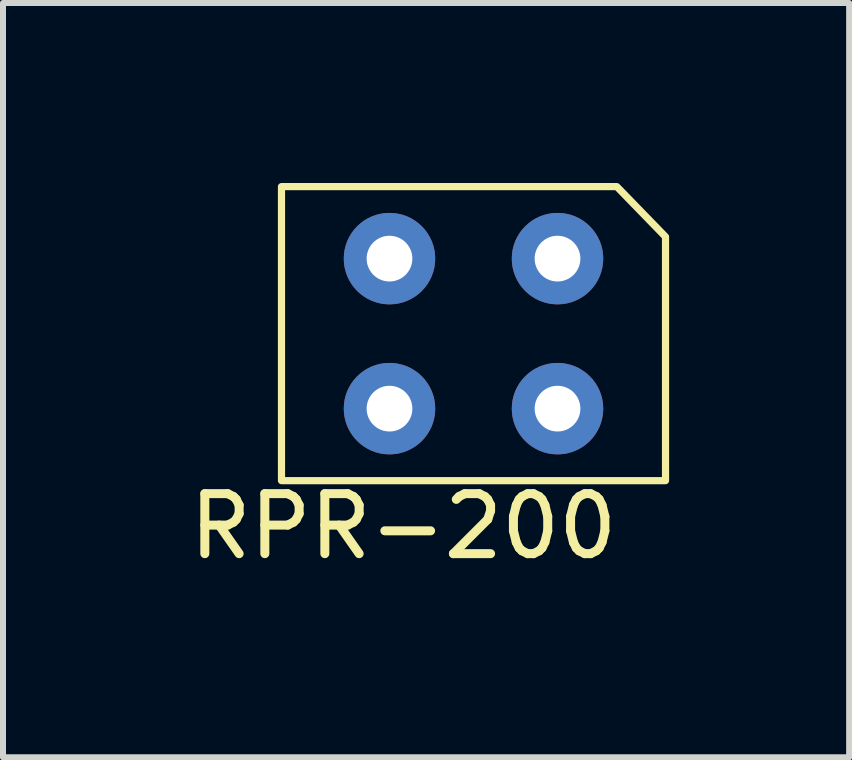
<source format=kicad_pcb>
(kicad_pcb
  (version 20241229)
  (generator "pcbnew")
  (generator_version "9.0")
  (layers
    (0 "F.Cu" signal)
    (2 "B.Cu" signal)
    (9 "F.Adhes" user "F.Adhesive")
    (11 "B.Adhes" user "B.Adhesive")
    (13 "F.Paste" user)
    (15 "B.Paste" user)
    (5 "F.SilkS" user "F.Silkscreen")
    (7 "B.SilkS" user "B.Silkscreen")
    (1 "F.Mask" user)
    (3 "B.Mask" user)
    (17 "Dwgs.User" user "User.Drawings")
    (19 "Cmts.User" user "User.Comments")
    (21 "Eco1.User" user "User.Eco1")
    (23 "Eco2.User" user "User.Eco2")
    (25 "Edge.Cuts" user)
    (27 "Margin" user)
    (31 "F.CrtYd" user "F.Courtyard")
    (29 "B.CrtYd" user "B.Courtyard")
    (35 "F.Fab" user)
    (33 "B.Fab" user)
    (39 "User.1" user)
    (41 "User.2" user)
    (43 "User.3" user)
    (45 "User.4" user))
  (footprint "RPR-200"
    (layer "F.Cu")
    (at 1.641 4.96)
    (property "Reference" "RPR-200" (at 2.032 0.762 0) (unlocked yes) (layer "F.SilkS") (effects (font (size 1 1) (thickness 0.15))))
    (attr through_hole)
    (fp_poly (pts (xy 0 0) (xy 0 -4.9) (xy 5.588 -4.9) (xy 6.4 -4.064) (xy 6.4 0)) (stroke (width 0.12) (type solid)) (fill no) (layer "F.SilkS"))
    (pad "1" thru_hole circle (at 1.8 -1.2) (size 1.524 1.524) (drill 0.762) (layers "*.Cu" "*.Mask"))
    (pad "2" thru_hole circle (at 1.8 -3.7) (size 1.524 1.524) (drill 0.762) (layers "*.Cu" "*.Mask"))
    (pad "3" thru_hole circle (at 4.6 -3.7) (size 1.524 1.524) (drill 0.762) (layers "*.Cu" "*.Mask"))
    (pad "4" thru_hole circle (at 4.6 -1.2) (size 1.524 1.524) (drill 0.762) (layers "*.Cu" "*.Mask")))
  (gr_rect
    (start -3 -3)
    (end 11.101 9.57)
    (stroke (width 0.1) (type default))
    (fill no)
    (layer "Edge.Cuts")))
</source>
